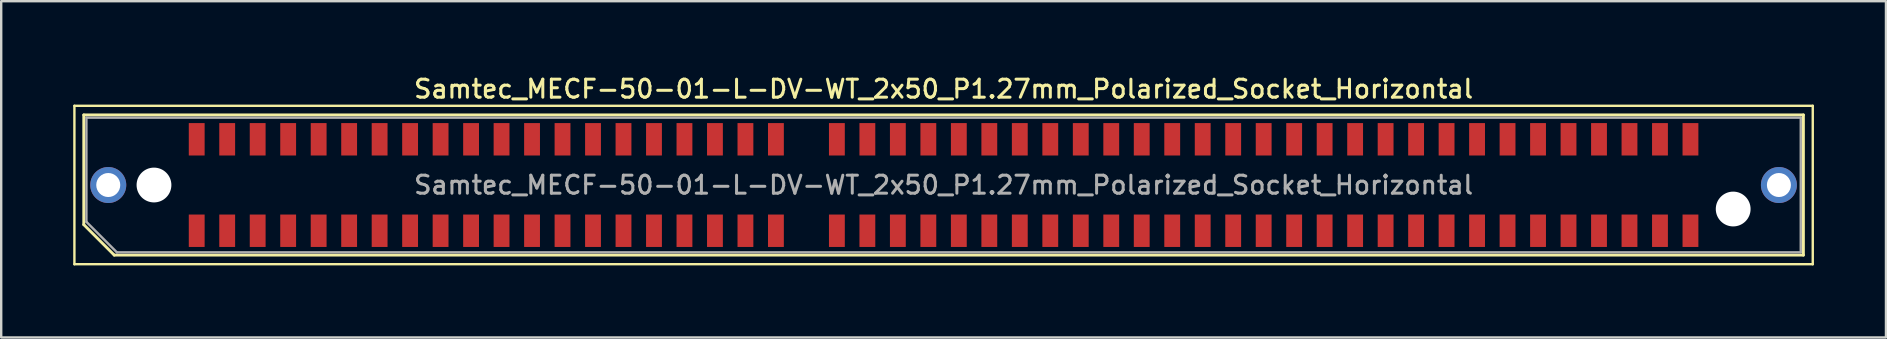
<source format=kicad_pcb>
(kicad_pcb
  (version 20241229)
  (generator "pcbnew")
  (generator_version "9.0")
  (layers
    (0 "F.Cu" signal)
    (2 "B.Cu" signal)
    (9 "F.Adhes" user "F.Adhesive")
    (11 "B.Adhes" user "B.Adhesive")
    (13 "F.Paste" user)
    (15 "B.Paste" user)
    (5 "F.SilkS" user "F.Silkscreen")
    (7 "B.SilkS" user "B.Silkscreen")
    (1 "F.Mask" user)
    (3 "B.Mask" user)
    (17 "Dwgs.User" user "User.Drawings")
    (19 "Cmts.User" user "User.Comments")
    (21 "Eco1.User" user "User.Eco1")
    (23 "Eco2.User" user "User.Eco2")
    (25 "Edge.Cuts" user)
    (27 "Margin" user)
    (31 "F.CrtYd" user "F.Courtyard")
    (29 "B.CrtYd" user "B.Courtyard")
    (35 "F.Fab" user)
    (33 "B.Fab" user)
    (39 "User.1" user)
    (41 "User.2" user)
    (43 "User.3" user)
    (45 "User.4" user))
  (footprint "Samtec_MECF-50-01-L-DV-WT_2x50_P1.27mm_Polarized_Socket_Horizontal"
    (layer "F.Cu")
    (at 36.26 4.658)
    (property "Reference" "Samtec_MECF-50-01-L-DV-WT_2x50_P1.27mm_Polarized_Socket_Horizontal" (at 0 -4 0) (layer "F.SilkS") (effects (font (size 0.75 0.75) (thickness 0.125))))
    (attr smd)
    (fp_line (start -36.21 -3.3) (end -36.21 3.3) (stroke (width 0.1) (type solid)) (layer "F.SilkS"))
    (fp_line (start -36.21 3.3) (end 36.21 3.3) (stroke (width 0.1) (type solid)) (layer "F.SilkS"))
    (fp_line (start -35.82 -2.92) (end 35.82 -2.92) (stroke (width 0.12) (type solid)) (layer "F.SilkS"))
    (fp_line (start -35.82 1.65) (end -35.82 -2.92) (stroke (width 0.12) (type solid)) (layer "F.SilkS"))
    (fp_line (start -34.55 2.92) (end -35.82 1.65) (stroke (width 0.12) (type solid)) (layer "F.SilkS"))
    (fp_line (start -34.55 2.92) (end 35.82 2.92) (stroke (width 0.12) (type solid)) (layer "F.SilkS"))
    (fp_line (start 35.82 2.92) (end 35.82 -2.92) (stroke (width 0.12) (type solid)) (layer "F.SilkS"))
    (fp_line (start 36.21 -3.3) (end -36.21 -3.3) (stroke (width 0.1) (type solid)) (layer "F.SilkS"))
    (fp_line (start 36.21 3.3) (end 36.21 -3.3) (stroke (width 0.1) (type solid)) (layer "F.SilkS"))
    (fp_line (start -35.71 -2.805) (end 35.71 -2.805) (stroke (width 0.1) (type solid)) (layer "F.Fab"))
    (fp_line (start -35.71 1.535) (end -35.71 -2.805) (stroke (width 0.1) (type solid)) (layer "F.Fab"))
    (fp_line (start -35.71 1.535) (end -34.44 2.805) (stroke (width 0.1) (type solid)) (layer "F.Fab"))
    (fp_line (start -34.44 2.805) (end 35.71 2.805) (stroke (width 0.1) (type solid)) (layer "F.Fab"))
    (fp_line (start 35.71 2.805) (end 35.71 -2.805) (stroke (width 0.1) (type solid)) (layer "F.Fab"))
    (fp_text user "${REFERENCE}" (at 0 0 0) (layer "F.Fab") (effects (font (size 0.75 0.75) (thickness 0.125))))
    (pad "" thru_hole circle (at -34.8 0) (size 1.5 1.5) (drill 1) (layers "*.Cu" "*.Mask"))
    (pad "" np_thru_hole circle (at -32.895 0) (size 1.45 1.45) (drill 1.45) (layers "*.Cu" "*.Mask"))
    (pad "" np_thru_hole circle (at 32.895 1) (size 1.45 1.45) (drill 1.45) (layers "*.Cu" "*.Mask"))
    (pad "" thru_hole circle (at 34.8 0) (size 1.5 1.5) (drill 1) (layers "*.Cu" "*.Mask"))
    (pad "1" smd rect (at -31.115 1.905) (size 0.66 1.35) (layers "F.Cu" "F.Mask" "F.Paste"))
    (pad "2" smd rect (at -31.115 -1.905) (size 0.66 1.35) (layers "F.Cu" "F.Mask" "F.Paste"))
    (pad "3" smd rect (at -29.845 1.905) (size 0.66 1.35) (layers "F.Cu" "F.Mask" "F.Paste"))
    (pad "4" smd rect (at -29.845 -1.905) (size 0.66 1.35) (layers "F.Cu" "F.Mask" "F.Paste"))
    (pad "5" smd rect (at -28.575 1.905) (size 0.66 1.35) (layers "F.Cu" "F.Mask" "F.Paste"))
    (pad "6" smd rect (at -28.575 -1.905) (size 0.66 1.35) (layers "F.Cu" "F.Mask" "F.Paste"))
    (pad "7" smd rect (at -27.305 1.905) (size 0.66 1.35) (layers "F.Cu" "F.Mask" "F.Paste"))
    (pad "8" smd rect (at -27.305 -1.905) (size 0.66 1.35) (layers "F.Cu" "F.Mask" "F.Paste"))
    (pad "9" smd rect (at -26.035 1.905) (size 0.66 1.35) (layers "F.Cu" "F.Mask" "F.Paste"))
    (pad "10" smd rect (at -26.035 -1.905) (size 0.66 1.35) (layers "F.Cu" "F.Mask" "F.Paste"))
    (pad "11" smd rect (at -24.765 1.905) (size 0.66 1.35) (layers "F.Cu" "F.Mask" "F.Paste"))
    (pad "12" smd rect (at -24.765 -1.905) (size 0.66 1.35) (layers "F.Cu" "F.Mask" "F.Paste"))
    (pad "13" smd rect (at -23.495 1.905) (size 0.66 1.35) (layers "F.Cu" "F.Mask" "F.Paste"))
    (pad "14" smd rect (at -23.495 -1.905) (size 0.66 1.35) (layers "F.Cu" "F.Mask" "F.Paste"))
    (pad "15" smd rect (at -22.225 1.905) (size 0.66 1.35) (layers "F.Cu" "F.Mask" "F.Paste"))
    (pad "16" smd rect (at -22.225 -1.905) (size 0.66 1.35) (layers "F.Cu" "F.Mask" "F.Paste"))
    (pad "17" smd rect (at -20.955 1.905) (size 0.66 1.35) (layers "F.Cu" "F.Mask" "F.Paste"))
    (pad "18" smd rect (at -20.955 -1.905) (size 0.66 1.35) (layers "F.Cu" "F.Mask" "F.Paste"))
    (pad "19" smd rect (at -19.685 1.905) (size 0.66 1.35) (layers "F.Cu" "F.Mask" "F.Paste"))
    (pad "20" smd rect (at -19.685 -1.905) (size 0.66 1.35) (layers "F.Cu" "F.Mask" "F.Paste"))
    (pad "21" smd rect (at -18.415 1.905) (size 0.66 1.35) (layers "F.Cu" "F.Mask" "F.Paste"))
    (pad "22" smd rect (at -18.415 -1.905) (size 0.66 1.35) (layers "F.Cu" "F.Mask" "F.Paste"))
    (pad "23" smd rect (at -17.145 1.905) (size 0.66 1.35) (layers "F.Cu" "F.Mask" "F.Paste"))
    (pad "24" smd rect (at -17.145 -1.905) (size 0.66 1.35) (layers "F.Cu" "F.Mask" "F.Paste"))
    (pad "25" smd rect (at -15.875 1.905) (size 0.66 1.35) (layers "F.Cu" "F.Mask" "F.Paste"))
    (pad "26" smd rect (at -15.875 -1.905) (size 0.66 1.35) (layers "F.Cu" "F.Mask" "F.Paste"))
    (pad "27" smd rect (at -14.605 1.905) (size 0.66 1.35) (layers "F.Cu" "F.Mask" "F.Paste"))
    (pad "28" smd rect (at -14.605 -1.905) (size 0.66 1.35) (layers "F.Cu" "F.Mask" "F.Paste"))
    (pad "29" smd rect (at -13.335 1.905) (size 0.66 1.35) (layers "F.Cu" "F.Mask" "F.Paste"))
    (pad "30" smd rect (at -13.335 -1.905) (size 0.66 1.35) (layers "F.Cu" "F.Mask" "F.Paste"))
    (pad "31" smd rect (at -12.065 1.905) (size 0.66 1.35) (layers "F.Cu" "F.Mask" "F.Paste"))
    (pad "32" smd rect (at -12.065 -1.905) (size 0.66 1.35) (layers "F.Cu" "F.Mask" "F.Paste"))
    (pad "33" smd rect (at -10.795 1.905) (size 0.66 1.35) (layers "F.Cu" "F.Mask" "F.Paste"))
    (pad "34" smd rect (at -10.795 -1.905) (size 0.66 1.35) (layers "F.Cu" "F.Mask" "F.Paste"))
    (pad "35" smd rect (at -9.525 1.905) (size 0.66 1.35) (layers "F.Cu" "F.Mask" "F.Paste"))
    (pad "36" smd rect (at -9.525 -1.905) (size 0.66 1.35) (layers "F.Cu" "F.Mask" "F.Paste"))
    (pad "37" smd rect (at -8.255 1.905) (size 0.66 1.35) (layers "F.Cu" "F.Mask" "F.Paste"))
    (pad "38" smd rect (at -8.255 -1.905) (size 0.66 1.35) (layers "F.Cu" "F.Mask" "F.Paste"))
    (pad "39" smd rect (at -6.985 1.905) (size 0.66 1.35) (layers "F.Cu" "F.Mask" "F.Paste"))
    (pad "40" smd rect (at -6.985 -1.905) (size 0.66 1.35) (layers "F.Cu" "F.Mask" "F.Paste"))
    (pad "43" smd rect (at -4.445 1.905) (size 0.66 1.35) (layers "F.Cu" "F.Mask" "F.Paste"))
    (pad "44" smd rect (at -4.445 -1.905) (size 0.66 1.35) (layers "F.Cu" "F.Mask" "F.Paste"))
    (pad "45" smd rect (at -3.175 1.905) (size 0.66 1.35) (layers "F.Cu" "F.Mask" "F.Paste"))
    (pad "46" smd rect (at -3.175 -1.905) (size 0.66 1.35) (layers "F.Cu" "F.Mask" "F.Paste"))
    (pad "47" smd rect (at -1.905 1.905) (size 0.66 1.35) (layers "F.Cu" "F.Mask" "F.Paste"))
    (pad "48" smd rect (at -1.905 -1.905) (size 0.66 1.35) (layers "F.Cu" "F.Mask" "F.Paste"))
    (pad "49" smd rect (at -0.635 1.905) (size 0.66 1.35) (layers "F.Cu" "F.Mask" "F.Paste"))
    (pad "50" smd rect (at -0.635 -1.905) (size 0.66 1.35) (layers "F.Cu" "F.Mask" "F.Paste"))
    (pad "51" smd rect (at 0.635 1.905) (size 0.66 1.35) (layers "F.Cu" "F.Mask" "F.Paste"))
    (pad "52" smd rect (at 0.635 -1.905) (size 0.66 1.35) (layers "F.Cu" "F.Mask" "F.Paste"))
    (pad "53" smd rect (at 1.905 1.905) (size 0.66 1.35) (layers "F.Cu" "F.Mask" "F.Paste"))
    (pad "54" smd rect (at 1.905 -1.905) (size 0.66 1.35) (layers "F.Cu" "F.Mask" "F.Paste"))
    (pad "55" smd rect (at 3.175 1.905) (size 0.66 1.35) (layers "F.Cu" "F.Mask" "F.Paste"))
    (pad "56" smd rect (at 3.175 -1.905) (size 0.66 1.35) (layers "F.Cu" "F.Mask" "F.Paste"))
    (pad "57" smd rect (at 4.445 1.905) (size 0.66 1.35) (layers "F.Cu" "F.Mask" "F.Paste"))
    (pad "58" smd rect (at 4.445 -1.905) (size 0.66 1.35) (layers "F.Cu" "F.Mask" "F.Paste"))
    (pad "59" smd rect (at 5.715 1.905) (size 0.66 1.35) (layers "F.Cu" "F.Mask" "F.Paste"))
    (pad "60" smd rect (at 5.715 -1.905) (size 0.66 1.35) (layers "F.Cu" "F.Mask" "F.Paste"))
    (pad "61" smd rect (at 6.985 1.905) (size 0.66 1.35) (layers "F.Cu" "F.Mask" "F.Paste"))
    (pad "62" smd rect (at 6.985 -1.905) (size 0.66 1.35) (layers "F.Cu" "F.Mask" "F.Paste"))
    (pad "63" smd rect (at 8.255 1.905) (size 0.66 1.35) (layers "F.Cu" "F.Mask" "F.Paste"))
    (pad "64" smd rect (at 8.255 -1.905) (size 0.66 1.35) (layers "F.Cu" "F.Mask" "F.Paste"))
    (pad "65" smd rect (at 9.525 1.905) (size 0.66 1.35) (layers "F.Cu" "F.Mask" "F.Paste"))
    (pad "66" smd rect (at 9.525 -1.905) (size 0.66 1.35) (layers "F.Cu" "F.Mask" "F.Paste"))
    (pad "67" smd rect (at 10.795 1.905) (size 0.66 1.35) (layers "F.Cu" "F.Mask" "F.Paste"))
    (pad "68" smd rect (at 10.795 -1.905) (size 0.66 1.35) (layers "F.Cu" "F.Mask" "F.Paste"))
    (pad "69" smd rect (at 12.065 1.905) (size 0.66 1.35) (layers "F.Cu" "F.Mask" "F.Paste"))
    (pad "70" smd rect (at 12.065 -1.905) (size 0.66 1.35) (layers "F.Cu" "F.Mask" "F.Paste"))
    (pad "71" smd rect (at 13.335 1.905) (size 0.66 1.35) (layers "F.Cu" "F.Mask" "F.Paste"))
    (pad "72" smd rect (at 13.335 -1.905) (size 0.66 1.35) (layers "F.Cu" "F.Mask" "F.Paste"))
    (pad "73" smd rect (at 14.605 1.905) (size 0.66 1.35) (layers "F.Cu" "F.Mask" "F.Paste"))
    (pad "74" smd rect (at 14.605 -1.905) (size 0.66 1.35) (layers "F.Cu" "F.Mask" "F.Paste"))
    (pad "75" smd rect (at 15.875 1.905) (size 0.66 1.35) (layers "F.Cu" "F.Mask" "F.Paste"))
    (pad "76" smd rect (at 15.875 -1.905) (size 0.66 1.35) (layers "F.Cu" "F.Mask" "F.Paste"))
    (pad "77" smd rect (at 17.145 1.905) (size 0.66 1.35) (layers "F.Cu" "F.Mask" "F.Paste"))
    (pad "78" smd rect (at 17.145 -1.905) (size 0.66 1.35) (layers "F.Cu" "F.Mask" "F.Paste"))
    (pad "79" smd rect (at 18.415 1.905) (size 0.66 1.35) (layers "F.Cu" "F.Mask" "F.Paste"))
    (pad "80" smd rect (at 18.415 -1.905) (size 0.66 1.35) (layers "F.Cu" "F.Mask" "F.Paste"))
    (pad "81" smd rect (at 19.685 1.905) (size 0.66 1.35) (layers "F.Cu" "F.Mask" "F.Paste"))
    (pad "82" smd rect (at 19.685 -1.905) (size 0.66 1.35) (layers "F.Cu" "F.Mask" "F.Paste"))
    (pad "83" smd rect (at 20.955 1.905) (size 0.66 1.35) (layers "F.Cu" "F.Mask" "F.Paste"))
    (pad "84" smd rect (at 20.955 -1.905) (size 0.66 1.35) (layers "F.Cu" "F.Mask" "F.Paste"))
    (pad "85" smd rect (at 22.225 1.905) (size 0.66 1.35) (layers "F.Cu" "F.Mask" "F.Paste"))
    (pad "86" smd rect (at 22.225 -1.905) (size 0.66 1.35) (layers "F.Cu" "F.Mask" "F.Paste"))
    (pad "87" smd rect (at 23.495 1.905) (size 0.66 1.35) (layers "F.Cu" "F.Mask" "F.Paste"))
    (pad "88" smd rect (at 23.495 -1.905) (size 0.66 1.35) (layers "F.Cu" "F.Mask" "F.Paste"))
    (pad "89" smd rect (at 24.765 1.905) (size 0.66 1.35) (layers "F.Cu" "F.Mask" "F.Paste"))
    (pad "90" smd rect (at 24.765 -1.905) (size 0.66 1.35) (layers "F.Cu" "F.Mask" "F.Paste"))
    (pad "91" smd rect (at 26.035 1.905) (size 0.66 1.35) (layers "F.Cu" "F.Mask" "F.Paste"))
    (pad "92" smd rect (at 26.035 -1.905) (size 0.66 1.35) (layers "F.Cu" "F.Mask" "F.Paste"))
    (pad "93" smd rect (at 27.305 1.905) (size 0.66 1.35) (layers "F.Cu" "F.Mask" "F.Paste"))
    (pad "94" smd rect (at 27.305 -1.905) (size 0.66 1.35) (layers "F.Cu" "F.Mask" "F.Paste"))
    (pad "95" smd rect (at 28.575 1.905) (size 0.66 1.35) (layers "F.Cu" "F.Mask" "F.Paste"))
    (pad "96" smd rect (at 28.575 -1.905) (size 0.66 1.35) (layers "F.Cu" "F.Mask" "F.Paste"))
    (pad "97" smd rect (at 29.845 1.905) (size 0.66 1.35) (layers "F.Cu" "F.Mask" "F.Paste"))
    (pad "98" smd rect (at 29.845 -1.905) (size 0.66 1.35) (layers "F.Cu" "F.Mask" "F.Paste"))
    (pad "99" smd rect (at 31.115 1.905) (size 0.66 1.35) (layers "F.Cu" "F.Mask" "F.Paste"))
    (pad "100" smd rect (at 31.115 -1.905) (size 0.66 1.35) (layers "F.Cu" "F.Mask" "F.Paste")))
  (gr_rect
    (start -3 -3)
    (end 75.52 11.008)
    (stroke (width 0.1) (type default))
    (fill no)
    (layer "Edge.Cuts")))
</source>
